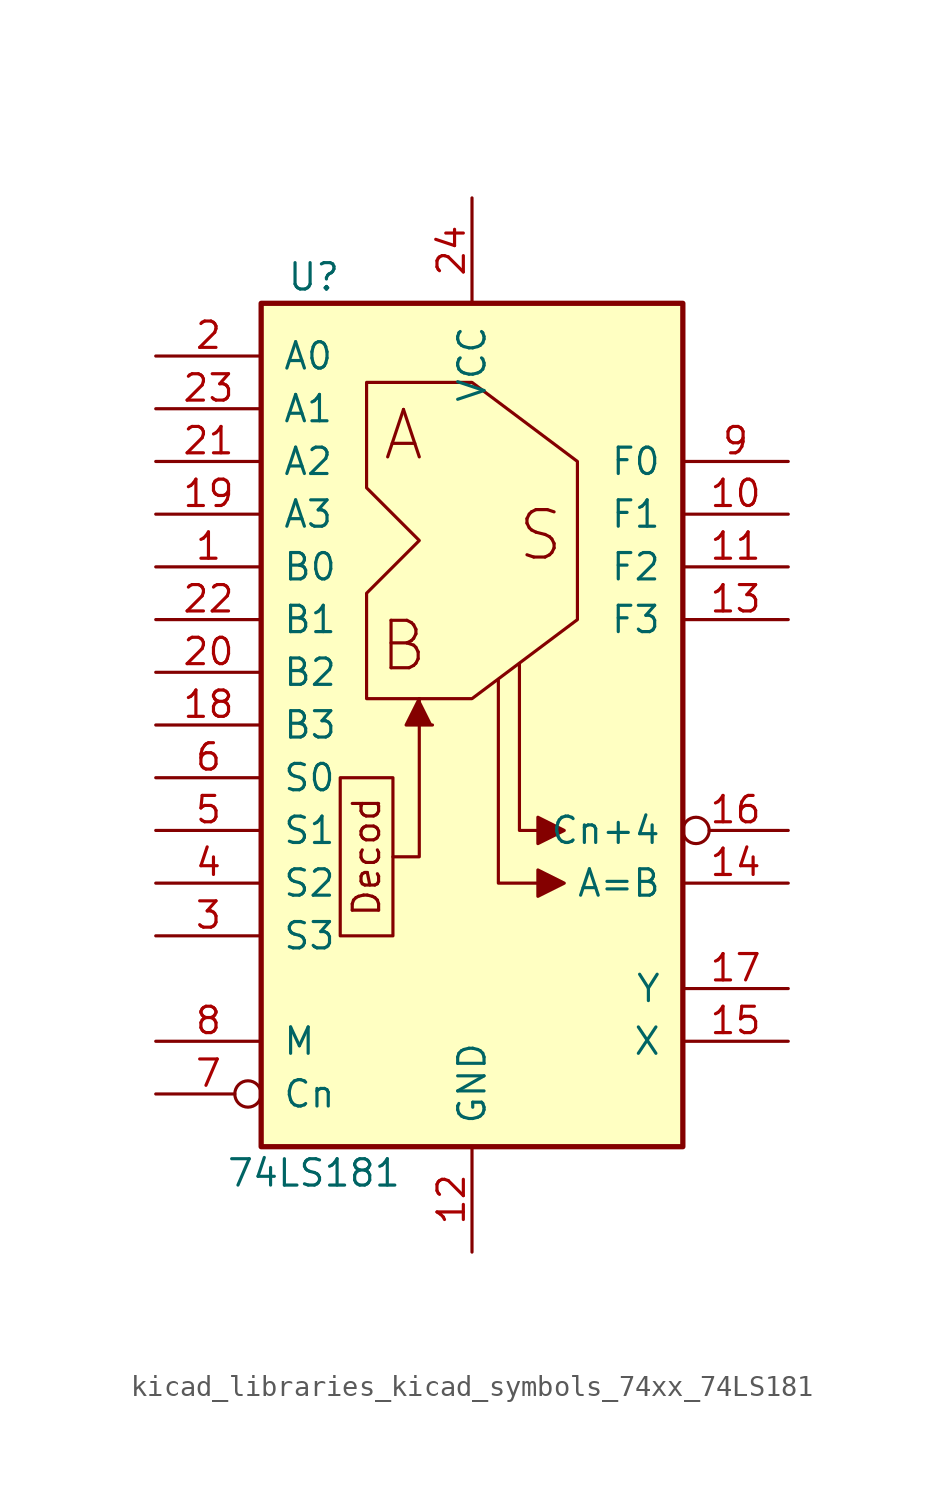
<source format=kicad_sym>
(kicad_symbol_lib
  (version 20220914)
  (generator kicad_symbol_editor)
  (symbol "kicad_libraries_kicad_symbols_74xx_74LS181"
    (pin_names
      (offset 1.016))
    (property "Reference" "U"
      (at -7.62 21.59 0)
      (effects (font (size 1.27 1.27))))
    (property "Value" "74LS181"
      (at -7.62 -21.59 0)
      (effects (font (size 1.27 1.27))))
    (property "ki_locked" ""
      (at 0 0 0)
      (effects (font (size 1.27 1.27))))
    (symbol "kicad_libraries_kicad_symbols_74xx_74LS181_1_0"
      (polyline (pts (xy -3.81 -6.35) (xy -2.54 -6.35) (xy -2.54 1.27)) (stroke (width 0) (type default)) (fill (type none)))
      (polyline (pts (xy -2.54 1.27) (xy -3.175 0) (xy -1.905 0)) (stroke (width 0) (type default)) (fill (type outline)))
      (polyline (pts (xy 1.27 2.159) (xy 1.27 -7.62) (xy 3.175 -7.62)) (stroke (width 0) (type default)) (fill (type none)))
      (polyline (pts (xy 3.175 -5.08) (xy 2.286 -5.08) (xy 2.286 2.921)) (stroke (width 0) (type default)) (fill (type none)))
      (polyline (pts (xy 4.445 -7.62) (xy 3.175 -6.985) (xy 3.175 -8.255) (xy 4.445 -7.62)) (stroke (width 0) (type default)) (fill (type outline)))
      (polyline (pts (xy 4.445 -5.08) (xy 3.175 -4.445) (xy 3.175 -5.715) (xy 4.445 -5.08)) (stroke (width 0) (type default)) (fill (type outline)))
      (polyline (pts (xy -6.35 -2.54) (xy -6.35 -10.16) (xy -3.81 -10.16) (xy -3.81 -2.54) (xy -6.35 -2.54)) (stroke (width 0) (type default)) (fill (type none)))
      (polyline (pts (xy -5.08 16.51) (xy -5.08 11.43) (xy -2.54 8.89) (xy -5.08 6.35) (xy -5.08 1.27) (xy 0 1.27) (xy 5.08 5.08) (xy 5.08 12.7) (xy 0 16.51) (xy -5.08 16.51)) (stroke (width 0) (type default)) (fill (type none)))
      (text "A" (at -3.302 13.97 0) (effects (font (size 2.286 2.286))))
      (text "B" (at -3.302 3.81 0) (effects (font (size 2.286 2.286))))
      (text "Decod" (at -5.08 -6.35 900) (effects (font (size 1.27 1.27))))
      (text "S" (at 3.302 9.144 0) (effects (font (size 2.286 2.286))))
      (pin input line (at -15.24 7.62 0) (length 5.08) (name "B0" (effects (font (size 1.27 1.27)))) (number "1" (effects (font (size 1.27 1.27)))))
      (pin output line (at 15.24 10.16 180) (length 5.08) (name "F1" (effects (font (size 1.27 1.27)))) (number "10" (effects (font (size 1.27 1.27)))))
      (pin output line (at 15.24 7.62 180) (length 5.08) (name "F2" (effects (font (size 1.27 1.27)))) (number "11" (effects (font (size 1.27 1.27)))))
      (pin power_in line (at 0 -25.4 90) (length 5.08) (name "GND" (effects (font (size 1.27 1.27)))) (number "12" (effects (font (size 1.27 1.27)))))
      (pin output line (at 15.24 5.08 180) (length 5.08) (name "F3" (effects (font (size 1.27 1.27)))) (number "13" (effects (font (size 1.27 1.27)))))
      (pin output line (at 15.24 -7.62 180) (length 5.08) (name "A=B" (effects (font (size 1.27 1.27)))) (number "14" (effects (font (size 1.27 1.27)))))
      (pin output line (at 15.24 -15.24 180) (length 5.08) (name "X" (effects (font (size 1.27 1.27)))) (number "15" (effects (font (size 1.27 1.27)))))
      (pin output inverted (at 15.24 -5.08 180) (length 5.08) (name "Cn+4" (effects (font (size 1.27 1.27)))) (number "16" (effects (font (size 1.27 1.27)))))
      (pin output line (at 15.24 -12.7 180) (length 5.08) (name "Y" (effects (font (size 1.27 1.27)))) (number "17" (effects (font (size 1.27 1.27)))))
      (pin input line (at -15.24 0 0) (length 5.08) (name "B3" (effects (font (size 1.27 1.27)))) (number "18" (effects (font (size 1.27 1.27)))))
      (pin input line (at -15.24 10.16 0) (length 5.08) (name "A3" (effects (font (size 1.27 1.27)))) (number "19" (effects (font (size 1.27 1.27)))))
      (pin input line (at -15.24 17.78 0) (length 5.08) (name "A0" (effects (font (size 1.27 1.27)))) (number "2" (effects (font (size 1.27 1.27)))))
      (pin input line (at -15.24 2.54 0) (length 5.08) (name "B2" (effects (font (size 1.27 1.27)))) (number "20" (effects (font (size 1.27 1.27)))))
      (pin input line (at -15.24 12.7 0) (length 5.08) (name "A2" (effects (font (size 1.27 1.27)))) (number "21" (effects (font (size 1.27 1.27)))))
      (pin input line (at -15.24 5.08 0) (length 5.08) (name "B1" (effects (font (size 1.27 1.27)))) (number "22" (effects (font (size 1.27 1.27)))))
      (pin input line (at -15.24 15.24 0) (length 5.08) (name "A1" (effects (font (size 1.27 1.27)))) (number "23" (effects (font (size 1.27 1.27)))))
      (pin power_in line (at 0 25.4 270) (length 5.08) (name "VCC" (effects (font (size 1.27 1.27)))) (number "24" (effects (font (size 1.27 1.27)))))
      (pin input line (at -15.24 -10.16 0) (length 5.08) (name "S3" (effects (font (size 1.27 1.27)))) (number "3" (effects (font (size 1.27 1.27)))))
      (pin input line (at -15.24 -7.62 0) (length 5.08) (name "S2" (effects (font (size 1.27 1.27)))) (number "4" (effects (font (size 1.27 1.27)))))
      (pin input line (at -15.24 -5.08 0) (length 5.08) (name "S1" (effects (font (size 1.27 1.27)))) (number "5" (effects (font (size 1.27 1.27)))))
      (pin input line (at -15.24 -2.54 0) (length 5.08) (name "S0" (effects (font (size 1.27 1.27)))) (number "6" (effects (font (size 1.27 1.27)))))
      (pin input inverted (at -15.24 -17.78 0) (length 5.08) (name "Cn" (effects (font (size 1.27 1.27)))) (number "7" (effects (font (size 1.27 1.27)))))
      (pin input line (at -15.24 -15.24 0) (length 5.08) (name "M" (effects (font (size 1.27 1.27)))) (number "8" (effects (font (size 1.27 1.27)))))
      (pin output line (at 15.24 12.7 180) (length 5.08) (name "F0" (effects (font (size 1.27 1.27)))) (number "9" (effects (font (size 1.27 1.27))))))
    (symbol "kicad_libraries_kicad_symbols_74xx_74LS181_1_1"
      (rectangle (start -10.16 20.32) (end 10.16 -20.32) (stroke (width 0.254) (type default)) (fill (type background))))))
</source>
